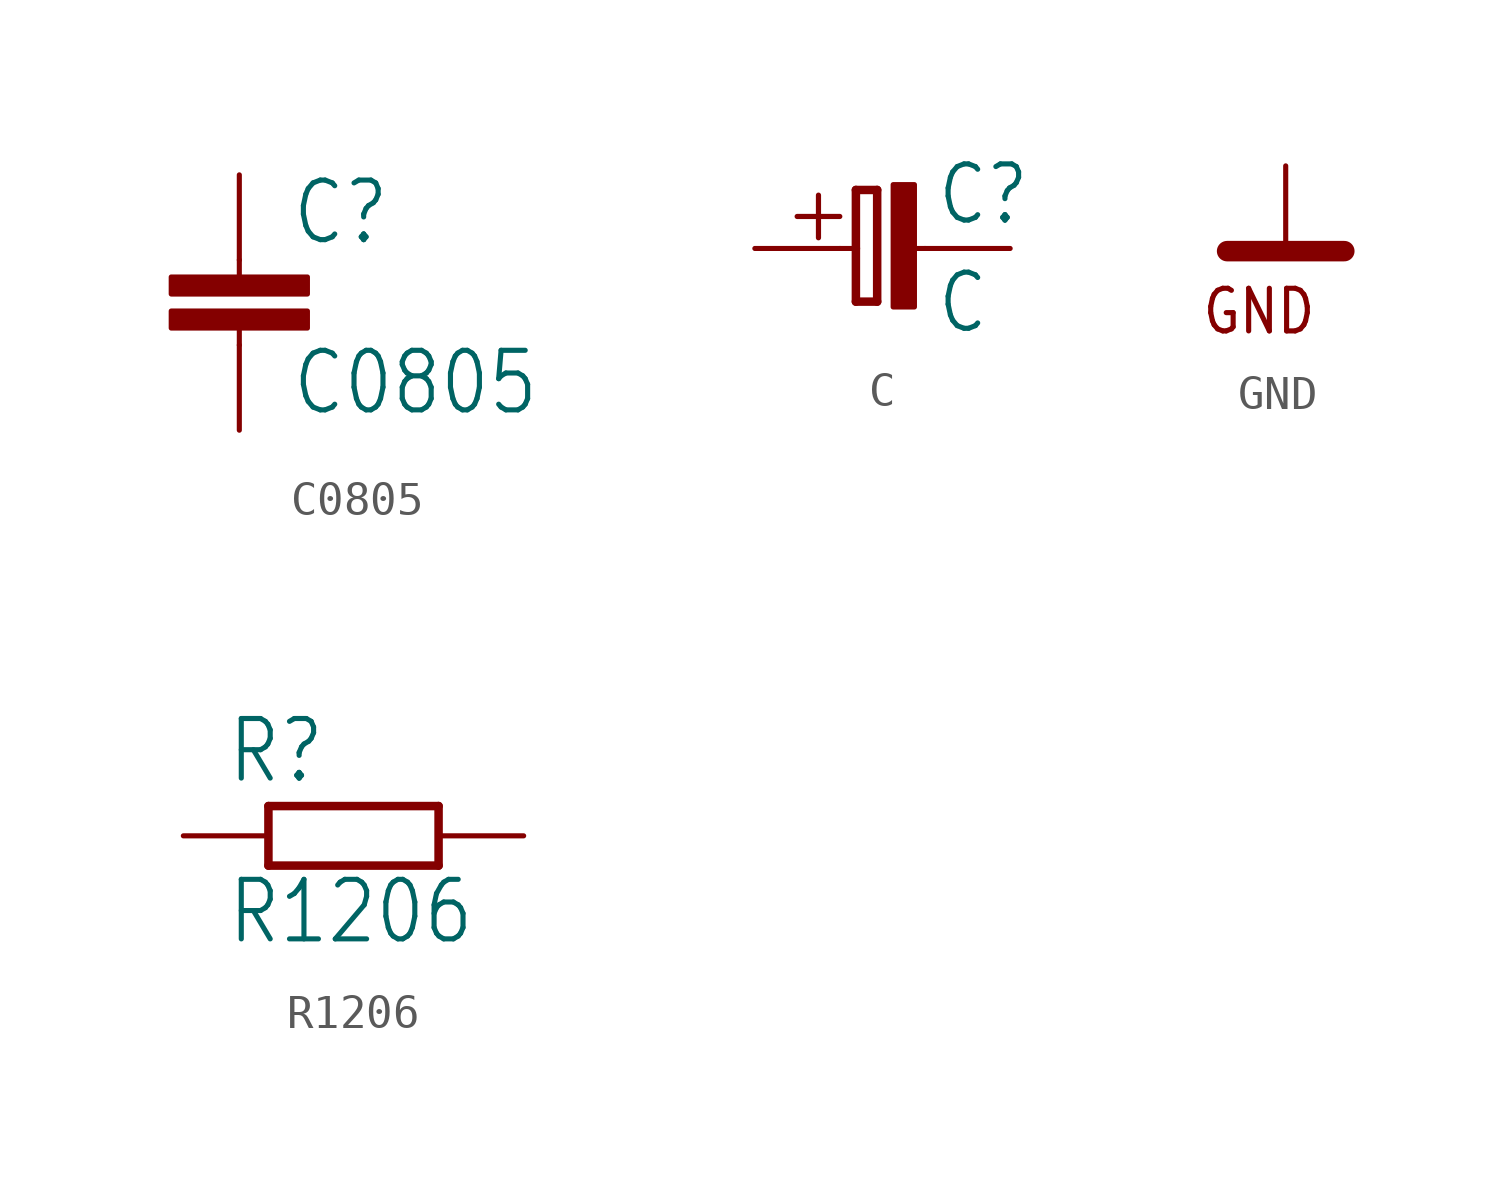
<source format=kicad_sym>
(kicad_symbol_lib
  (version 20211014)
  (generator kicad_symbol_editor)
  (symbol "C0805"
    (property "Reference" "C"
      (at 1.524 2.921 0)
      (effects (font (size 1.778 1.511)) (justify left bottom)))
    (property "Value" "C0805"
      (at 1.524 -2.159 0)
      (effects (font (size 1.778 1.511)) (justify left bottom)))
    (property "ki_locked" ""
      (at 0 0 0)
      (effects (font (size 1.27 1.27))))
    (symbol "C0805_1_0"
      (rectangle (start -2.032 0.508) (end 2.032 1.016) (stroke (width 0) (type default) (color 0 0 0 0)) (fill (type outline)))
      (rectangle (start -2.032 1.524) (end 2.032 2.032) (stroke (width 0) (type default) (color 0 0 0 0)) (fill (type outline)))
      (polyline (pts (xy 0 0) (xy 0 0.508)) (stroke (width 0.152) (type default) (color 0 0 0 0)) (fill (type none)))
      (polyline (pts (xy 0 2.54) (xy 0 2.032)) (stroke (width 0.152) (type default) (color 0 0 0 0)) (fill (type none)))
      (pin passive line (at 0 5.08 270) (length 2.54) (name "1" (effects (font (size 0 0)))) (number "1" (effects (font (size 0 0)))))
      (pin passive line (at 0 -2.54 90) (length 2.54) (name "2" (effects (font (size 0 0)))) (number "2" (effects (font (size 0 0)))))))
  (symbol "C"
    (property "Reference" "C"
      (at 1.587 0.635 0)
      (effects (font (size 1.676 1.425)) (justify left bottom)))
    (property "Value" "C"
      (at 1.587 -0.635 0)
      (effects (font (size 1.676 1.425)) (justify left top)))
    (property "ki_locked" ""
      (at 0 0 0)
      (effects (font (size 1.27 1.27))))
    (symbol "C_1_0"
      (polyline (pts (xy -2.547 0.955) (xy -1.275 0.955)) (stroke (width 0.155) (type default) (color 0 0 0 0)) (fill (type none)))
      (polyline (pts (xy -1.911 1.591) (xy -1.911 0.319)) (stroke (width 0.155) (type default) (color 0 0 0 0)) (fill (type none)))
      (polyline (pts (xy -1.27 0) (xy -0.794 0)) (stroke (width 0.152) (type default) (color 0 0 0 0)) (fill (type none)))
      (polyline (pts (xy -0.794 -1.587) (xy -0.794 0)) (stroke (width 0.254) (type default) (color 0 0 0 0)) (fill (type none)))
      (polyline (pts (xy -0.794 0) (xy -0.794 1.746)) (stroke (width 0.254) (type default) (color 0 0 0 0)) (fill (type none)))
      (polyline (pts (xy -0.794 1.746) (xy -0.159 1.746)) (stroke (width 0.254) (type default) (color 0 0 0 0)) (fill (type none)))
      (polyline (pts (xy -0.159 -1.587) (xy -0.794 -1.587)) (stroke (width 0.254) (type default) (color 0 0 0 0)) (fill (type none)))
      (polyline (pts (xy -0.159 1.746) (xy -0.159 -1.587)) (stroke (width 0.254) (type default) (color 0 0 0 0)) (fill (type none)))
      (polyline (pts (xy 0.794 0) (xy 1.27 0)) (stroke (width 0.152) (type default) (color 0 0 0 0)) (fill (type none)))
      (rectangle (start 0.318 -1.746) (end 0.953 1.905) (stroke (width 0) (type default) (color 0 0 0 0)) (fill (type outline)))
      (pin passive line (at -3.81 0 0) (length 2.54) (name "C_EL+" (effects (font (size 0 0)))) (number "+" (effects (font (size 0 0)))))
      (pin passive line (at 3.81 0 180) (length 2.54) (name "C_EL-" (effects (font (size 0 0)))) (number "-" (effects (font (size 0 0)))))))
  (symbol "GND"
    (power)
    (property "Reference" "#GND"
      (at 0 0 0)
      (effects (font (size 1.27 1.27)) hide))
    (property "ki_locked" ""
      (at 0 0 0)
      (effects (font (size 1.27 1.27))))
    (symbol "GND_1_0"
      (polyline (pts (xy -1.746 -2.54) (xy 1.746 -2.54)) (stroke (width 0.61) (type default) (color 0 0 0 0)) (fill (type none)))
      (text "GND" (at -2.54 -5.08 0) (effects (font (size 1.27 1.079)) (justify left bottom)))
      (pin power_in line (at 0 0 270) (length 2.54) (name "GND" (effects (font (size 0 0)))) (number "1" (effects (font (size 0 0)))))))
  (symbol "R1206"
    (property "Reference" "R"
      (at -3.81 1.499 0)
      (effects (font (size 1.778 1.511)) (justify left bottom)))
    (property "Value" "R1206"
      (at -3.81 -3.302 0)
      (effects (font (size 1.778 1.511)) (justify left bottom)))
    (property "ki_locked" ""
      (at 0 0 0)
      (effects (font (size 1.27 1.27))))
    (symbol "R1206_1_0"
      (polyline (pts (xy -2.54 -0.889) (xy -2.54 0.889)) (stroke (width 0.254) (type default) (color 0 0 0 0)) (fill (type none)))
      (polyline (pts (xy -2.54 -0.889) (xy 2.54 -0.889)) (stroke (width 0.254) (type default) (color 0 0 0 0)) (fill (type none)))
      (polyline (pts (xy 2.54 -0.889) (xy 2.54 0.889)) (stroke (width 0.254) (type default) (color 0 0 0 0)) (fill (type none)))
      (polyline (pts (xy 2.54 0.889) (xy -2.54 0.889)) (stroke (width 0.254) (type default) (color 0 0 0 0)) (fill (type none)))
      (pin passive line (at -5.08 0 0) (length 2.54) (name "1" (effects (font (size 0 0)))) (number "1" (effects (font (size 0 0)))))
      (pin passive line (at 5.08 0 180) (length 2.54) (name "2" (effects (font (size 0 0)))) (number "2" (effects (font (size 0 0))))))))
</source>
